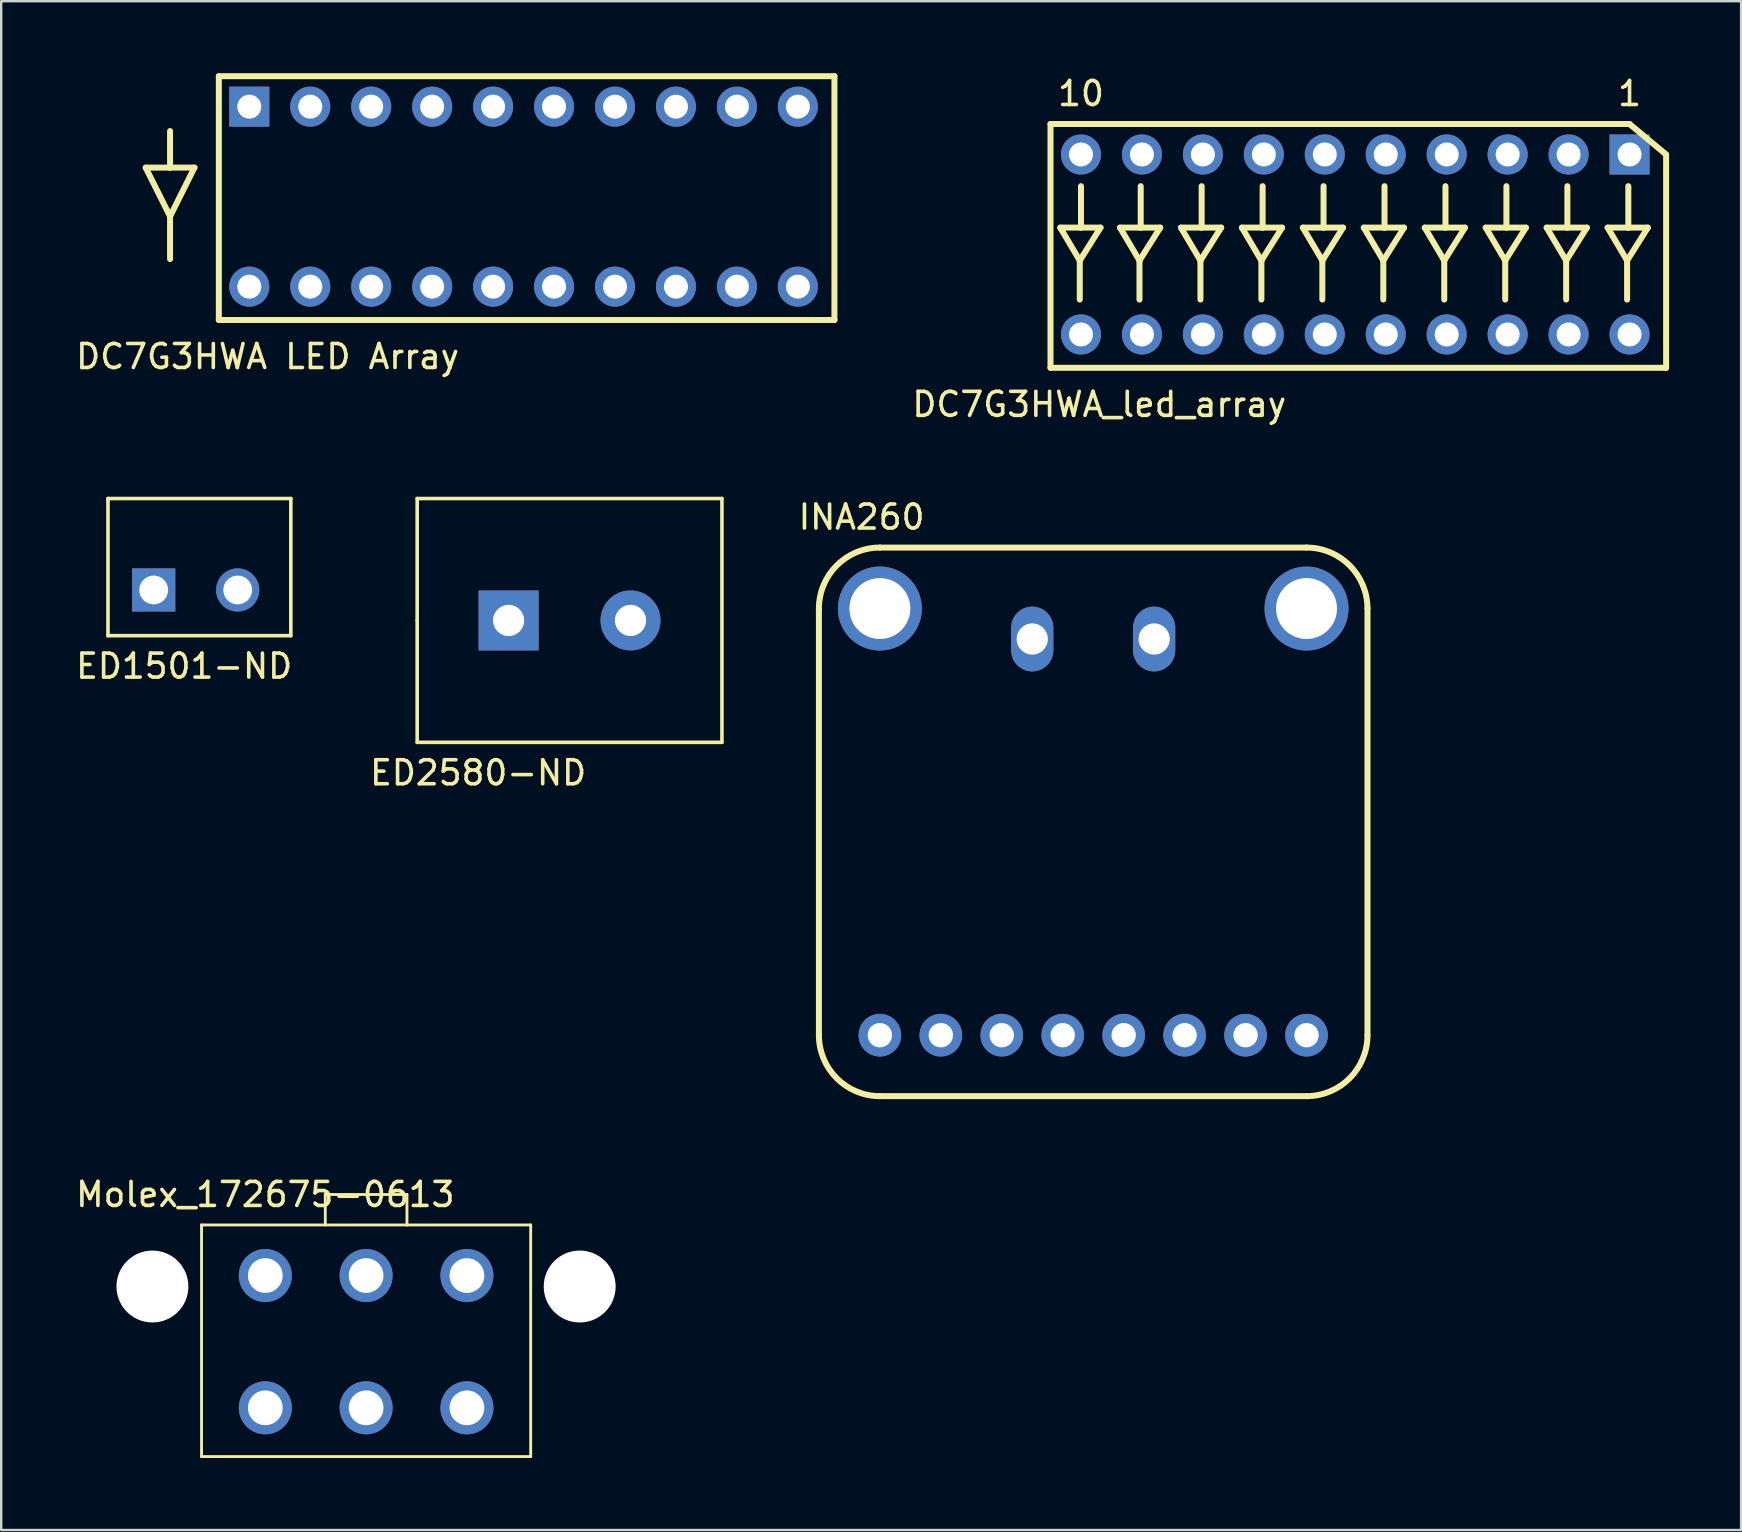
<source format=kicad_pcb>
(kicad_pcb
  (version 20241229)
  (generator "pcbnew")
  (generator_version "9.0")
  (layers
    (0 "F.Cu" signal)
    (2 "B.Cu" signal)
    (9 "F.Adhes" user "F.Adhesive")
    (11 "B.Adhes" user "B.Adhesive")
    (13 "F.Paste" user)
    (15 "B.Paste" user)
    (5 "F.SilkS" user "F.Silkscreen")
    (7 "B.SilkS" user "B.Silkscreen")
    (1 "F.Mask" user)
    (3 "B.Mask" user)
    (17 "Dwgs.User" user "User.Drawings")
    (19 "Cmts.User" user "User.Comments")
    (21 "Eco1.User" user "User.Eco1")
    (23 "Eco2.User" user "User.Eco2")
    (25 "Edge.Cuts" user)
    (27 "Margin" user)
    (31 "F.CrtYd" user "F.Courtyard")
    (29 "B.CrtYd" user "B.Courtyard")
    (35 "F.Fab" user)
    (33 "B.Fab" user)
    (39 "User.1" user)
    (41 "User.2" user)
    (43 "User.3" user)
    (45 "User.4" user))
  (footprint "ED1501-ND"
    (layer "F.Cu")
    (at 3.355 21.535)
    (property "Reference" "ED1501-ND" (at 1.27 3.175 0) (layer "F.SilkS") (effects (font (size 1 1) (thickness 0.15))))
    (attr through_hole)
    (fp_line (start -1.905 -3.81) (end -1.905 1.905) (stroke (width 0.15) (type solid)) (layer "F.SilkS"))
    (fp_line (start -1.905 1.905) (end 5.715 1.905) (stroke (width 0.15) (type solid)) (layer "F.SilkS"))
    (fp_line (start 5.715 -3.81) (end -1.905 -3.81) (stroke (width 0.15) (type solid)) (layer "F.SilkS"))
    (fp_line (start 5.715 1.905) (end 5.715 -3.81) (stroke (width 0.15) (type solid)) (layer "F.SilkS"))
    (pad "1" thru_hole rect (at 0 0) (size 1.8 1.8) (drill 1.2) (layers "*.Cu" "*.Mask"))
    (pad "2" thru_hole circle (at 3.5 0) (size 1.8 1.8) (drill 1.2) (layers "*.Cu" "*.Mask")))
  (footprint "DC7G3HWA LED Array"
    (layer "F.Cu")
    (at 7.339 1.395)
    (property "Reference" "DC7G3HWA LED Array" (at 0.762 10.414 0) (layer "F.SilkS") (effects (font (size 1 1) (thickness 0.15))))
    (attr through_hole)
    (fp_line (start -4.318 2.54) (end -3.302 4.572) (stroke (width 0.25) (type solid)) (layer "F.SilkS"))
    (fp_line (start -3.302 1.016) (end -3.302 2.54) (stroke (width 0.25) (type solid)) (layer "F.SilkS"))
    (fp_line (start -3.302 2.54) (end -4.318 2.54) (stroke (width 0.25) (type solid)) (layer "F.SilkS"))
    (fp_line (start -3.302 4.572) (end -3.302 6.35) (stroke (width 0.25) (type solid)) (layer "F.SilkS"))
    (fp_line (start -3.302 4.572) (end -2.286 2.54) (stroke (width 0.25) (type solid)) (layer "F.SilkS"))
    (fp_line (start -2.286 2.54) (end -3.302 2.54) (stroke (width 0.25) (type solid)) (layer "F.SilkS"))
    (fp_line (start -1.27 -1.27) (end -1.27 8.89) (stroke (width 0.25) (type solid)) (layer "F.SilkS"))
    (fp_line (start -1.27 8.89) (end 24.384 8.89) (stroke (width 0.25) (type solid)) (layer "F.SilkS"))
    (fp_line (start 24.384 -1.27) (end -1.27 -1.27) (stroke (width 0.25) (type solid)) (layer "F.SilkS"))
    (fp_line (start 24.384 8.89) (end 24.384 -1.27) (stroke (width 0.25) (type solid)) (layer "F.SilkS"))
    (pad "1" thru_hole rect (at 0 0) (size 1.67 1.67) (drill 1) (layers "*.Cu" "*.Mask"))
    (pad "2" thru_hole circle (at 2.54 0) (size 1.67 1.67) (drill 1) (layers "*.Cu" "*.Mask"))
    (pad "3" thru_hole circle (at 5.08 0) (size 1.67 1.67) (drill 1) (layers "*.Cu" "*.Mask"))
    (pad "4" thru_hole circle (at 7.62 0) (size 1.67 1.67) (drill 1) (layers "*.Cu" "*.Mask"))
    (pad "5" thru_hole circle (at 10.16 0) (size 1.67 1.67) (drill 1) (layers "*.Cu" "*.Mask"))
    (pad "6" thru_hole circle (at 12.7 0) (size 1.67 1.67) (drill 1) (layers "*.Cu" "*.Mask"))
    (pad "7" thru_hole circle (at 15.24 0) (size 1.67 1.67) (drill 1) (layers "*.Cu" "*.Mask"))
    (pad "8" thru_hole circle (at 17.78 0) (size 1.67 1.67) (drill 1) (layers "*.Cu" "*.Mask"))
    (pad "9" thru_hole circle (at 20.32 0) (size 1.67 1.67) (drill 1) (layers "*.Cu" "*.Mask"))
    (pad "10" thru_hole circle (at 22.86 0) (size 1.67 1.67) (drill 1) (layers "*.Cu" "*.Mask"))
    (pad "11" thru_hole circle (at 0 7.5) (size 1.67 1.67) (drill 1) (layers "*.Cu" "*.Mask"))
    (pad "12" thru_hole circle (at 2.54 7.5) (size 1.67 1.67) (drill 1) (layers "*.Cu" "*.Mask"))
    (pad "13" thru_hole circle (at 5.08 7.5) (size 1.67 1.67) (drill 1) (layers "*.Cu" "*.Mask"))
    (pad "14" thru_hole circle (at 7.62 7.5) (size 1.67 1.67) (drill 1) (layers "*.Cu" "*.Mask"))
    (pad "15" thru_hole circle (at 10.16 7.5) (size 1.67 1.67) (drill 1) (layers "*.Cu" "*.Mask"))
    (pad "16" thru_hole circle (at 12.7 7.5) (size 1.67 1.67) (drill 1) (layers "*.Cu" "*.Mask"))
    (pad "17" thru_hole circle (at 15.24 7.5) (size 1.67 1.67) (drill 1) (layers "*.Cu" "*.Mask"))
    (pad "18" thru_hole circle (at 17.78 7.5) (size 1.67 1.67) (drill 1) (layers "*.Cu" "*.Mask"))
    (pad "19" thru_hole circle (at 20.32 7.5) (size 1.67 1.67) (drill 1) (layers "*.Cu" "*.Mask"))
    (pad "20" thru_hole circle (at 22.86 7.5) (size 1.67 1.67) (drill 1) (layers "*.Cu" "*.Mask")))
  (footprint "DC7G3HWA_led_array"
    (layer "F.Cu")
    (at 41.997 3.388)
    (property "Reference" "DC7G3HWA_led_array" (at 0.762 10.414 0) (layer "F.SilkS") (effects (font (size 1 1) (thickness 0.15))))
    (attr through_hole)
    (fp_line (start -1.27 -1.27) (end -1.27 8.89) (stroke (width 0.25) (type solid)) (layer "F.SilkS"))
    (fp_line (start -1.27 8.89) (end 24.384 8.89) (stroke (width 0.25) (type solid)) (layer "F.SilkS"))
    (fp_line (start -0.864 3.048) (end 0 3.048) (stroke (width 0.25) (type solid)) (layer "F.SilkS"))
    (fp_line (start -0.051 4.42) (end -0.864 3.048) (stroke (width 0.25) (type solid)) (layer "F.SilkS"))
    (fp_line (start -0.051 4.42) (end -0.051 6.045) (stroke (width 0.25) (type solid)) (layer "F.SilkS"))
    (fp_line (start 0 1.321) (end 0 3.048) (stroke (width 0.25) (type solid)) (layer "F.SilkS"))
    (fp_line (start 0 3.048) (end 0.813 3.048) (stroke (width 0.25) (type solid)) (layer "F.SilkS"))
    (fp_line (start 0.813 3.048) (end -0.051 4.42) (stroke (width 0.25) (type solid)) (layer "F.SilkS"))
    (fp_line (start 1.626 3.048) (end 2.489 3.048) (stroke (width 0.25) (type solid)) (layer "F.SilkS"))
    (fp_line (start 2.438 4.42) (end 1.626 3.048) (stroke (width 0.25) (type solid)) (layer "F.SilkS"))
    (fp_line (start 2.438 4.42) (end 2.438 6.045) (stroke (width 0.25) (type solid)) (layer "F.SilkS"))
    (fp_line (start 2.489 1.321) (end 2.489 3.048) (stroke (width 0.25) (type solid)) (layer "F.SilkS"))
    (fp_line (start 2.489 3.048) (end 3.302 3.048) (stroke (width 0.25) (type solid)) (layer "F.SilkS"))
    (fp_line (start 3.302 3.048) (end 2.438 4.42) (stroke (width 0.25) (type solid)) (layer "F.SilkS"))
    (fp_line (start 4.166 3.048) (end 5.029 3.048) (stroke (width 0.25) (type solid)) (layer "F.SilkS"))
    (fp_line (start 4.978 4.42) (end 4.166 3.048) (stroke (width 0.25) (type solid)) (layer "F.SilkS"))
    (fp_line (start 4.978 4.42) (end 4.978 6.045) (stroke (width 0.25) (type solid)) (layer "F.SilkS"))
    (fp_line (start 5.029 1.321) (end 5.029 3.048) (stroke (width 0.25) (type solid)) (layer "F.SilkS"))
    (fp_line (start 5.029 3.048) (end 5.842 3.048) (stroke (width 0.25) (type solid)) (layer "F.SilkS"))
    (fp_line (start 5.842 3.048) (end 4.978 4.42) (stroke (width 0.25) (type solid)) (layer "F.SilkS"))
    (fp_line (start 6.706 3.048) (end 7.569 3.048) (stroke (width 0.25) (type solid)) (layer "F.SilkS"))
    (fp_line (start 7.518 4.42) (end 6.706 3.048) (stroke (width 0.25) (type solid)) (layer "F.SilkS"))
    (fp_line (start 7.518 4.42) (end 7.518 6.045) (stroke (width 0.25) (type solid)) (layer "F.SilkS"))
    (fp_line (start 7.569 1.321) (end 7.569 3.048) (stroke (width 0.25) (type solid)) (layer "F.SilkS"))
    (fp_line (start 7.569 3.048) (end 8.382 3.048) (stroke (width 0.25) (type solid)) (layer "F.SilkS"))
    (fp_line (start 8.382 3.048) (end 7.518 4.42) (stroke (width 0.25) (type solid)) (layer "F.SilkS"))
    (fp_line (start 9.246 3.048) (end 10.109 3.048) (stroke (width 0.25) (type solid)) (layer "F.SilkS"))
    (fp_line (start 10.058 4.42) (end 9.246 3.048) (stroke (width 0.25) (type solid)) (layer "F.SilkS"))
    (fp_line (start 10.058 4.42) (end 10.058 6.045) (stroke (width 0.25) (type solid)) (layer "F.SilkS"))
    (fp_line (start 10.109 1.321) (end 10.109 3.048) (stroke (width 0.25) (type solid)) (layer "F.SilkS"))
    (fp_line (start 10.109 3.048) (end 10.922 3.048) (stroke (width 0.25) (type solid)) (layer "F.SilkS"))
    (fp_line (start 10.922 3.048) (end 10.058 4.42) (stroke (width 0.25) (type solid)) (layer "F.SilkS"))
    (fp_line (start 11.786 3.048) (end 12.649 3.048) (stroke (width 0.25) (type solid)) (layer "F.SilkS"))
    (fp_line (start 12.598 4.42) (end 11.786 3.048) (stroke (width 0.25) (type solid)) (layer "F.SilkS"))
    (fp_line (start 12.598 4.42) (end 12.598 6.045) (stroke (width 0.25) (type solid)) (layer "F.SilkS"))
    (fp_line (start 12.649 1.321) (end 12.649 3.048) (stroke (width 0.25) (type solid)) (layer "F.SilkS"))
    (fp_line (start 12.649 3.048) (end 13.462 3.048) (stroke (width 0.25) (type solid)) (layer "F.SilkS"))
    (fp_line (start 13.462 3.048) (end 12.598 4.42) (stroke (width 0.25) (type solid)) (layer "F.SilkS"))
    (fp_line (start 14.326 3.048) (end 15.189 3.048) (stroke (width 0.25) (type solid)) (layer "F.SilkS"))
    (fp_line (start 15.138 4.42) (end 14.326 3.048) (stroke (width 0.25) (type solid)) (layer "F.SilkS"))
    (fp_line (start 15.138 4.42) (end 15.138 6.045) (stroke (width 0.25) (type solid)) (layer "F.SilkS"))
    (fp_line (start 15.189 1.321) (end 15.189 3.048) (stroke (width 0.25) (type solid)) (layer "F.SilkS"))
    (fp_line (start 15.189 3.048) (end 16.002 3.048) (stroke (width 0.25) (type solid)) (layer "F.SilkS"))
    (fp_line (start 16.002 3.048) (end 15.138 4.42) (stroke (width 0.25) (type solid)) (layer "F.SilkS"))
    (fp_line (start 16.866 3.048) (end 17.729 3.048) (stroke (width 0.25) (type solid)) (layer "F.SilkS"))
    (fp_line (start 17.678 4.42) (end 16.866 3.048) (stroke (width 0.25) (type solid)) (layer "F.SilkS"))
    (fp_line (start 17.678 4.42) (end 17.678 6.045) (stroke (width 0.25) (type solid)) (layer "F.SilkS"))
    (fp_line (start 17.729 1.321) (end 17.729 3.048) (stroke (width 0.25) (type solid)) (layer "F.SilkS"))
    (fp_line (start 17.729 3.048) (end 18.542 3.048) (stroke (width 0.25) (type solid)) (layer "F.SilkS"))
    (fp_line (start 18.542 3.048) (end 17.678 4.42) (stroke (width 0.25) (type solid)) (layer "F.SilkS"))
    (fp_line (start 19.406 3.048) (end 20.269 3.048) (stroke (width 0.25) (type solid)) (layer "F.SilkS"))
    (fp_line (start 20.218 4.42) (end 19.406 3.048) (stroke (width 0.25) (type solid)) (layer "F.SilkS"))
    (fp_line (start 20.218 4.42) (end 20.218 6.045) (stroke (width 0.25) (type solid)) (layer "F.SilkS"))
    (fp_line (start 20.269 1.321) (end 20.269 3.048) (stroke (width 0.25) (type solid)) (layer "F.SilkS"))
    (fp_line (start 20.269 3.048) (end 21.082 3.048) (stroke (width 0.25) (type solid)) (layer "F.SilkS"))
    (fp_line (start 21.082 3.048) (end 20.218 4.42) (stroke (width 0.25) (type solid)) (layer "F.SilkS"))
    (fp_line (start 21.946 3.048) (end 22.809 3.048) (stroke (width 0.25) (type solid)) (layer "F.SilkS"))
    (fp_line (start 22.758 4.42) (end 21.946 3.048) (stroke (width 0.25) (type solid)) (layer "F.SilkS"))
    (fp_line (start 22.758 4.42) (end 22.758 6.045) (stroke (width 0.25) (type solid)) (layer "F.SilkS"))
    (fp_line (start 22.809 1.321) (end 22.809 3.048) (stroke (width 0.25) (type solid)) (layer "F.SilkS"))
    (fp_line (start 22.809 3.048) (end 23.622 3.048) (stroke (width 0.25) (type solid)) (layer "F.SilkS"))
    (fp_line (start 22.86 -1.27) (end -1.27 -1.27) (stroke (width 0.25) (type solid)) (layer "F.SilkS"))
    (fp_line (start 22.86 -1.27) (end 24.384 0) (stroke (width 0.25) (type solid)) (layer "F.SilkS"))
    (fp_line (start 23.622 3.048) (end 22.758 4.42) (stroke (width 0.25) (type solid)) (layer "F.SilkS"))
    (fp_line (start 24.384 8.89) (end 24.384 0) (stroke (width 0.25) (type solid)) (layer "F.SilkS"))
    (fp_text user "1" (at 22.86 -2.54 0) (layer "F.SilkS") (effects (font (size 1 1) (thickness 0.15))))
    (fp_text user "10" (at 0 -2.54 0) (layer "F.SilkS") (effects (font (size 1 1) (thickness 0.15))))
    (pad "1" thru_hole rect (at 22.86 0) (size 1.67 1.67) (drill 1) (layers "*.Cu" "*.Mask"))
    (pad "2" thru_hole circle (at 20.32 0) (size 1.67 1.67) (drill 1) (layers "*.Cu" "*.Mask"))
    (pad "3" thru_hole circle (at 17.78 0) (size 1.67 1.67) (drill 1) (layers "*.Cu" "*.Mask"))
    (pad "4" thru_hole circle (at 15.24 0) (size 1.67 1.67) (drill 1) (layers "*.Cu" "*.Mask"))
    (pad "5" thru_hole circle (at 12.7 0) (size 1.67 1.67) (drill 1) (layers "*.Cu" "*.Mask"))
    (pad "6" thru_hole circle (at 10.16 0) (size 1.67 1.67) (drill 1) (layers "*.Cu" "*.Mask"))
    (pad "7" thru_hole circle (at 7.62 0) (size 1.67 1.67) (drill 1) (layers "*.Cu" "*.Mask"))
    (pad "8" thru_hole circle (at 5.08 0) (size 1.67 1.67) (drill 1) (layers "*.Cu" "*.Mask"))
    (pad "9" thru_hole circle (at 2.54 0) (size 1.67 1.67) (drill 1) (layers "*.Cu" "*.Mask"))
    (pad "10" thru_hole circle (at 0 0) (size 1.67 1.67) (drill 1) (layers "*.Cu" "*.Mask"))
    (pad "11" thru_hole circle (at 0 7.5) (size 1.67 1.67) (drill 1) (layers "*.Cu" "*.Mask"))
    (pad "12" thru_hole circle (at 2.54 7.5) (size 1.67 1.67) (drill 1) (layers "*.Cu" "*.Mask"))
    (pad "13" thru_hole circle (at 5.08 7.5) (size 1.67 1.67) (drill 1) (layers "*.Cu" "*.Mask"))
    (pad "14" thru_hole circle (at 7.62 7.5) (size 1.67 1.67) (drill 1) (layers "*.Cu" "*.Mask"))
    (pad "15" thru_hole circle (at 10.16 7.5) (size 1.67 1.67) (drill 1) (layers "*.Cu" "*.Mask"))
    (pad "16" thru_hole circle (at 12.7 7.5) (size 1.67 1.67) (drill 1) (layers "*.Cu" "*.Mask"))
    (pad "17" thru_hole circle (at 15.24 7.5) (size 1.67 1.67) (drill 1) (layers "*.Cu" "*.Mask"))
    (pad "18" thru_hole circle (at 17.78 7.5) (size 1.67 1.67) (drill 1) (layers "*.Cu" "*.Mask"))
    (pad "19" thru_hole circle (at 20.32 7.5) (size 1.67 1.67) (drill 1) (layers "*.Cu" "*.Mask"))
    (pad "20" thru_hole circle (at 22.86 7.5) (size 1.67 1.67) (drill 1) (layers "*.Cu" "*.Mask")))
  (footprint "Molex_172675-0613"
    (layer "F.Cu")
    (at 8.006 55.617)
    (property "Reference" "Molex_172675-0613" (at 0 -8.89 0) (layer "F.SilkS") (effects (font (size 1 1) (thickness 0.15))))
    (attr through_hole)
    (fp_line (start -2.657 -7.62) (end -2.657 2.032) (stroke (width 0.12) (type solid)) (layer "F.SilkS"))
    (fp_line (start -2.657 -7.62) (end 11.059 -7.62) (stroke (width 0.12) (type solid)) (layer "F.SilkS"))
    (fp_line (start -2.657 2.032) (end 11.059 2.032) (stroke (width 0.12) (type solid)) (layer "F.SilkS"))
    (fp_line (start 2.499 -8.89) (end 5.903 -8.89) (stroke (width 0.12) (type solid)) (layer "F.SilkS"))
    (fp_line (start 2.499 -7.62) (end 2.499 -8.89) (stroke (width 0.12) (type solid)) (layer "F.SilkS"))
    (fp_line (start 5.903 -8.89) (end 5.903 -7.62) (stroke (width 0.12) (type solid)) (layer "F.SilkS"))
    (fp_line (start 11.059 -7.62) (end 11.059 2.032) (stroke (width 0.12) (type solid)) (layer "F.SilkS"))
    (pad "" np_thru_hole circle (at -4.704 -5.055) (size 2.997 2.997) (drill 2.997) (layers "*.Cu" "*.Mask"))
    (pad "" np_thru_hole circle (at 13.101 -5.055) (size 2.997 2.997) (drill 2.997) (layers "*.Cu" "*.Mask"))
    (pad "1" thru_hole circle (at 8.402 0) (size 2.21 2.21) (drill 1.448) (layers "*.Cu" "*.Mask"))
    (pad "2" thru_hole circle (at 4.201 0) (size 2.21 2.21) (drill 1.448) (layers "*.Cu" "*.Mask"))
    (pad "3" thru_hole circle (at 0 0) (size 2.21 2.21) (drill 1.448) (layers "*.Cu" "*.Mask"))
    (pad "4" thru_hole circle (at 8.402 -5.512) (size 2.21 2.21) (drill 1.448) (layers "*.Cu" "*.Mask"))
    (pad "5" thru_hole circle (at 4.201 -5.512) (size 2.21 2.21) (drill 1.448) (layers "*.Cu" "*.Mask"))
    (pad "6" thru_hole circle (at 0 -5.512) (size 2.21 2.21) (drill 1.448) (layers "*.Cu" "*.Mask")))
  (footprint "INA260"
    (layer "F.Cu")
    (at 31.076 42.629)
    (property "Reference" "INA260" (at 1.778 -24.13 0) (layer "F.SilkS") (effects (font (size 1 1) (thickness 0.15))))
    (attr through_hole)
    (fp_line (start 0 -20.32) (end 0 -2.54) (stroke (width 0.25) (type solid)) (layer "F.SilkS"))
    (fp_line (start 2.54 -22.86) (end 20.32 -22.86) (stroke (width 0.25) (type solid)) (layer "F.SilkS"))
    (fp_line (start 2.54 0) (end 20.32 0) (stroke (width 0.25) (type solid)) (layer "F.SilkS"))
    (fp_line (start 22.86 -2.54) (end 22.86 -20.32) (stroke (width 0.25) (type solid)) (layer "F.SilkS"))
    (fp_arc (start 0 -20.32) (mid 0.743949 -22.116051) (end 2.54 -22.86) (stroke (width 0.25) (type solid)) (layer "F.SilkS"))
    (fp_arc (start 2.54 0) (mid 0.743949 -0.743949) (end 0 -2.54) (stroke (width 0.25) (type solid)) (layer "F.SilkS"))
    (fp_arc (start 20.32 -22.86) (mid 22.116051 -22.116051) (end 22.86 -20.32) (stroke (width 0.25) (type solid)) (layer "F.SilkS"))
    (fp_arc (start 22.86 -2.54) (mid 22.116051 -0.743949) (end 20.32 0) (stroke (width 0.25) (type solid)) (layer "F.SilkS"))
    (pad "" np_thru_hole oval (at 2.54 -20.32) (size 3.5 3.5) (drill 2.54) (layers "*.Cu" "*.Mask"))
    (pad "" np_thru_hole oval (at 20.32 -20.32) (size 3.5 3.5) (drill 2.54) (layers "*.Cu" "*.Mask"))
    (pad "1" thru_hole circle (at 2.54 -2.54) (size 1.778 1.778) (drill 1.016) (layers "*.Cu" "*.Mask"))
    (pad "2" thru_hole circle (at 5.08 -2.54) (size 1.778 1.778) (drill 1.016) (layers "*.Cu" "*.Mask"))
    (pad "3" thru_hole circle (at 7.62 -2.54) (size 1.778 1.778) (drill 1.016) (layers "*.Cu" "*.Mask"))
    (pad "4" thru_hole circle (at 10.16 -2.54) (size 1.778 1.778) (drill 1.016) (layers "*.Cu" "*.Mask"))
    (pad "5" thru_hole circle (at 12.7 -2.54) (size 1.778 1.778) (drill 1.016) (layers "*.Cu" "*.Mask"))
    (pad "6" thru_hole circle (at 15.24 -2.54) (size 1.778 1.778) (drill 1.016) (layers "*.Cu" "*.Mask"))
    (pad "7" thru_hole circle (at 17.78 -2.54) (size 1.778 1.778) (drill 1.016) (layers "*.Cu" "*.Mask"))
    (pad "8" thru_hole circle (at 20.32 -2.54) (size 1.778 1.778) (drill 1.016) (layers "*.Cu" "*.Mask"))
    (pad "9" thru_hole oval (at 8.89 -19.05) (size 1.76 2.7) (drill 1.3) (layers "*.Cu" "*.Mask"))
    (pad "10" thru_hole oval (at 13.97 -19.05) (size 1.76 2.7) (drill 1.3) (layers "*.Cu" "*.Mask")))
  (footprint "ED2580-ND"
    (layer "F.Cu")
    (at 18.145 22.805)
    (property "Reference" "ED2580-ND" (at -1.27 6.35 0) (layer "F.SilkS") (effects (font (size 1 1) (thickness 0.15))))
    (attr through_hole)
    (fp_line (start -3.81 -5.08) (end -3.81 0) (stroke (width 0.15) (type solid)) (layer "F.SilkS"))
    (fp_line (start -3.81 0) (end -3.81 5.08) (stroke (width 0.15) (type solid)) (layer "F.SilkS"))
    (fp_line (start -3.81 5.08) (end 8.89 5.08) (stroke (width 0.15) (type solid)) (layer "F.SilkS"))
    (fp_line (start 8.89 -5.08) (end -3.81 -5.08) (stroke (width 0.15) (type solid)) (layer "F.SilkS"))
    (fp_line (start 8.89 5.08) (end 8.89 -5.08) (stroke (width 0.15) (type solid)) (layer "F.SilkS"))
    (pad "1" thru_hole rect (at 0 0) (size 2.5 2.5) (drill 1.3) (layers "*.Cu" "*.Mask"))
    (pad "2" thru_hole circle (at 5.08 0) (size 2.5 2.5) (drill 1.3) (layers "*.Cu" "*.Mask")))
  (gr_rect
    (start -3 -3)
    (end 69.506 60.709)
    (stroke (width 0.1) (type default))
    (fill no)
    (layer "Edge.Cuts")))
</source>
